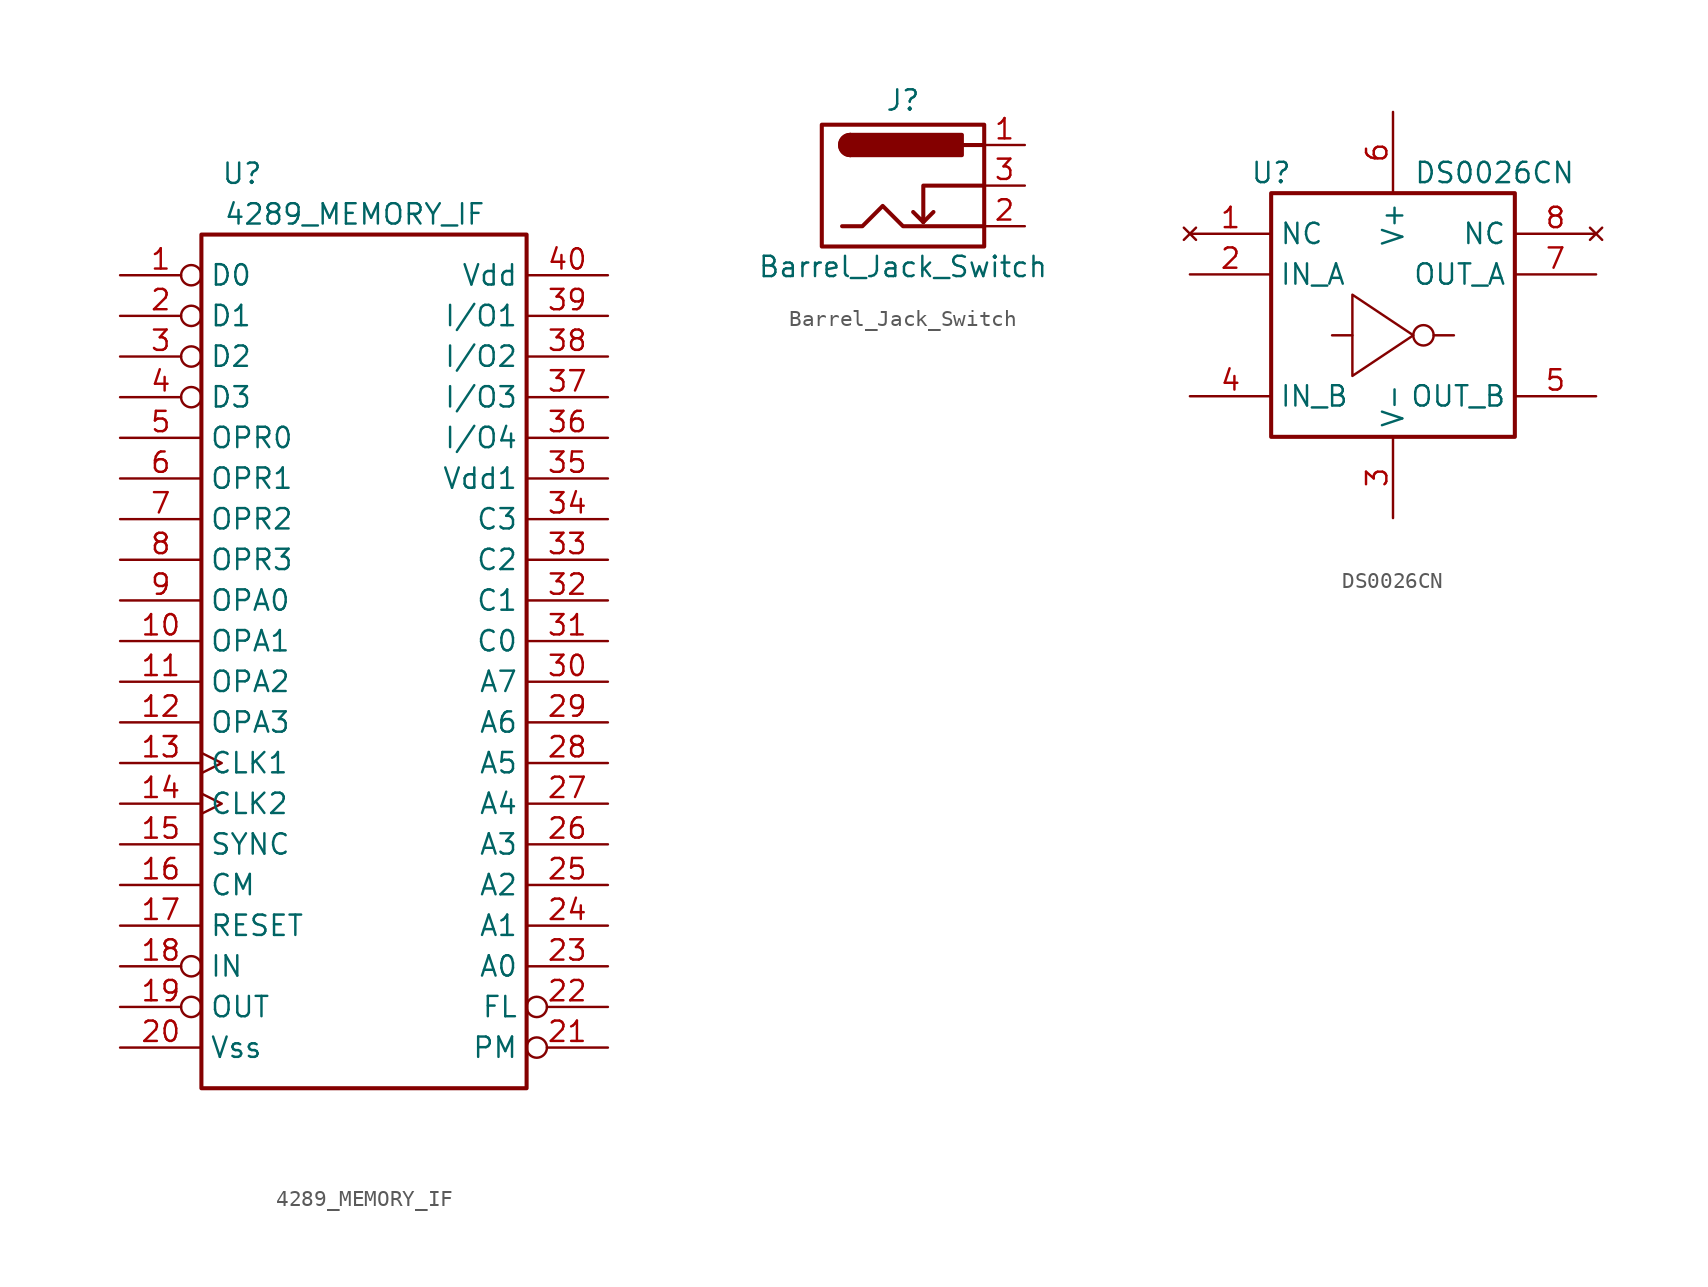
<source format=kicad_sym>
(kicad_symbol_lib
  (version 20220914)
  (generator kicad_symbol_editor)
  (symbol "4289_MEMORY_IF"
    (property "Reference" "U"
      (at -7.62 30.48 0)
      (effects (font (size 1.27 1.27))))
    (property "Value" "4289_MEMORY_IF"
      (at 7.62 27.94 0)
      (effects (font (size 1.27 1.27)) (justify right)))
    (symbol "4289_MEMORY_IF_1_1"
      (rectangle (start -10.16 26.67) (end 10.16 -26.67) (stroke (width 0.254) (type default)) (fill (type none)))
      (pin bidirectional inverted (at -15.24 24.13 0) (length 5.08) (name "D0" (effects (font (size 1.27 1.27)))) (number "1" (effects (font (size 1.27 1.27)))))
      (pin input line (at -15.24 1.27 0) (length 5.08) (name "OPA1" (effects (font (size 1.27 1.27)))) (number "10" (effects (font (size 1.27 1.27)))))
      (pin input line (at -15.24 -1.27 0) (length 5.08) (name "OPA2" (effects (font (size 1.27 1.27)))) (number "11" (effects (font (size 1.27 1.27)))))
      (pin input line (at -15.24 -3.81 0) (length 5.08) (name "OPA3" (effects (font (size 1.27 1.27)))) (number "12" (effects (font (size 1.27 1.27)))))
      (pin input clock (at -15.24 -6.35 0) (length 5.08) (name "CLK1" (effects (font (size 1.27 1.27)))) (number "13" (effects (font (size 1.27 1.27)))))
      (pin input clock (at -15.24 -8.89 0) (length 5.08) (name "CLK2" (effects (font (size 1.27 1.27)))) (number "14" (effects (font (size 1.27 1.27)))))
      (pin input line (at -15.24 -11.43 0) (length 5.08) (name "SYNC" (effects (font (size 1.27 1.27)))) (number "15" (effects (font (size 1.27 1.27)))))
      (pin input line (at -15.24 -13.97 0) (length 5.08) (name "CM" (effects (font (size 1.27 1.27)))) (number "16" (effects (font (size 1.27 1.27)))))
      (pin input line (at -15.24 -16.51 0) (length 5.08) (name "RESET" (effects (font (size 1.27 1.27)))) (number "17" (effects (font (size 1.27 1.27)))))
      (pin output inverted (at -15.24 -19.05 0) (length 5.08) (name "IN" (effects (font (size 1.27 1.27)))) (number "18" (effects (font (size 1.27 1.27)))))
      (pin output inverted (at -15.24 -21.59 0) (length 5.08) (name "OUT" (effects (font (size 1.27 1.27)))) (number "19" (effects (font (size 1.27 1.27)))))
      (pin bidirectional inverted (at -15.24 21.59 0) (length 5.08) (name "D1" (effects (font (size 1.27 1.27)))) (number "2" (effects (font (size 1.27 1.27)))))
      (pin power_in line (at -15.24 -24.13 0) (length 5.08) (name "Vss" (effects (font (size 1.27 1.27)))) (number "20" (effects (font (size 1.27 1.27)))))
      (pin output inverted (at 15.24 -24.13 180) (length 5.08) (name "PM" (effects (font (size 1.27 1.27)))) (number "21" (effects (font (size 1.27 1.27)))))
      (pin output inverted (at 15.24 -21.59 180) (length 5.08) (name "FL" (effects (font (size 1.27 1.27)))) (number "22" (effects (font (size 1.27 1.27)))))
      (pin output line (at 15.24 -19.05 180) (length 5.08) (name "A0" (effects (font (size 1.27 1.27)))) (number "23" (effects (font (size 1.27 1.27)))))
      (pin output line (at 15.24 -16.51 180) (length 5.08) (name "A1" (effects (font (size 1.27 1.27)))) (number "24" (effects (font (size 1.27 1.27)))))
      (pin output line (at 15.24 -13.97 180) (length 5.08) (name "A2" (effects (font (size 1.27 1.27)))) (number "25" (effects (font (size 1.27 1.27)))))
      (pin output line (at 15.24 -11.43 180) (length 5.08) (name "A3" (effects (font (size 1.27 1.27)))) (number "26" (effects (font (size 1.27 1.27)))))
      (pin output line (at 15.24 -8.89 180) (length 5.08) (name "A4" (effects (font (size 1.27 1.27)))) (number "27" (effects (font (size 1.27 1.27)))))
      (pin output line (at 15.24 -6.35 180) (length 5.08) (name "A5" (effects (font (size 1.27 1.27)))) (number "28" (effects (font (size 1.27 1.27)))))
      (pin output line (at 15.24 -3.81 180) (length 5.08) (name "A6" (effects (font (size 1.27 1.27)))) (number "29" (effects (font (size 1.27 1.27)))))
      (pin bidirectional inverted (at -15.24 19.05 0) (length 5.08) (name "D2" (effects (font (size 1.27 1.27)))) (number "3" (effects (font (size 1.27 1.27)))))
      (pin output line (at 15.24 -1.27 180) (length 5.08) (name "A7" (effects (font (size 1.27 1.27)))) (number "30" (effects (font (size 1.27 1.27)))))
      (pin output line (at 15.24 1.27 180) (length 5.08) (name "C0" (effects (font (size 1.27 1.27)))) (number "31" (effects (font (size 1.27 1.27)))))
      (pin output line (at 15.24 3.81 180) (length 5.08) (name "C1" (effects (font (size 1.27 1.27)))) (number "32" (effects (font (size 1.27 1.27)))))
      (pin output line (at 15.24 6.35 180) (length 5.08) (name "C2" (effects (font (size 1.27 1.27)))) (number "33" (effects (font (size 1.27 1.27)))))
      (pin output line (at 15.24 8.89 180) (length 5.08) (name "C3" (effects (font (size 1.27 1.27)))) (number "34" (effects (font (size 1.27 1.27)))))
      (pin power_in line (at 15.24 11.43 180) (length 5.08) (name "Vdd1" (effects (font (size 1.27 1.27)))) (number "35" (effects (font (size 1.27 1.27)))))
      (pin bidirectional line (at 15.24 13.97 180) (length 5.08) (name "I/O4" (effects (font (size 1.27 1.27)))) (number "36" (effects (font (size 1.27 1.27)))))
      (pin bidirectional line (at 15.24 16.51 180) (length 5.08) (name "I/O3" (effects (font (size 1.27 1.27)))) (number "37" (effects (font (size 1.27 1.27)))))
      (pin bidirectional line (at 15.24 19.05 180) (length 5.08) (name "I/O2" (effects (font (size 1.27 1.27)))) (number "38" (effects (font (size 1.27 1.27)))))
      (pin bidirectional line (at 15.24 21.59 180) (length 5.08) (name "I/O1" (effects (font (size 1.27 1.27)))) (number "39" (effects (font (size 1.27 1.27)))))
      (pin bidirectional inverted (at -15.24 16.51 0) (length 5.08) (name "D3" (effects (font (size 1.27 1.27)))) (number "4" (effects (font (size 1.27 1.27)))))
      (pin power_in line (at 15.24 24.13 180) (length 5.08) (name "Vdd" (effects (font (size 1.27 1.27)))) (number "40" (effects (font (size 1.27 1.27)))))
      (pin input line (at -15.24 13.97 0) (length 5.08) (name "OPR0" (effects (font (size 1.27 1.27)))) (number "5" (effects (font (size 1.27 1.27)))))
      (pin input line (at -15.24 11.43 0) (length 5.08) (name "OPR1" (effects (font (size 1.27 1.27)))) (number "6" (effects (font (size 1.27 1.27)))))
      (pin input line (at -15.24 8.89 0) (length 5.08) (name "OPR2" (effects (font (size 1.27 1.27)))) (number "7" (effects (font (size 1.27 1.27)))))
      (pin input line (at -15.24 6.35 0) (length 5.08) (name "OPR3" (effects (font (size 1.27 1.27)))) (number "8" (effects (font (size 1.27 1.27)))))
      (pin input line (at -15.24 3.81 0) (length 5.08) (name "OPA0" (effects (font (size 1.27 1.27)))) (number "9" (effects (font (size 1.27 1.27)))))))
  (symbol "Barrel_Jack_Switch"
    (pin_names hide)
    (property "Reference" "J"
      (at 0 5.334 0)
      (effects (font (size 1.27 1.27))))
    (property "Value" "Barrel_Jack_Switch"
      (at 0 -5.08 0)
      (effects (font (size 1.27 1.27))))
    (symbol "Barrel_Jack_Switch_0_1"
      (arc (start -3.302 3.175) (mid -3.9343 2.54) (end -3.302 1.905) (stroke (width 0.254) (type default)) (fill (type none)))
      (arc (start -3.302 3.175) (mid -3.9343 2.54) (end -3.302 1.905) (stroke (width 0.254) (type default)) (fill (type outline)))
      (polyline (pts (xy 1.27 -2.286) (xy 1.905 -1.651)) (stroke (width 0.254) (type default)) (fill (type none)))
      (polyline (pts (xy 5.08 2.54) (xy 3.81 2.54)) (stroke (width 0.254) (type default)) (fill (type none)))
      (polyline (pts (xy 5.08 0) (xy 1.27 0) (xy 1.27 -2.286) (xy 0.635 -1.651)) (stroke (width 0.254) (type default)) (fill (type none)))
      (polyline (pts (xy -3.81 -2.54) (xy -2.54 -2.54) (xy -1.27 -1.27) (xy 0 -2.54) (xy 2.54 -2.54) (xy 5.08 -2.54)) (stroke (width 0.254) (type default)) (fill (type none)))
      (rectangle (start 3.683 3.175) (end -3.302 1.905) (stroke (width 0.254) (type default)) (fill (type outline))))
    (symbol "Barrel_Jack_Switch_1_1"
      (rectangle (start -5.08 3.81) (end 5.08 -3.81) (stroke (width 0.254) (type default)) (fill (type none)))
      (pin passive line (at 7.62 2.54 180) (length 2.54) (name "~" (effects (font (size 1.27 1.27)))) (number "1" (effects (font (size 1.27 1.27)))))
      (pin passive line (at 7.62 -2.54 180) (length 2.54) (name "~" (effects (font (size 1.27 1.27)))) (number "2" (effects (font (size 1.27 1.27)))))
      (pin passive line (at 7.62 0 180) (length 2.54) (name "~" (effects (font (size 1.27 1.27)))) (number "3" (effects (font (size 1.27 1.27)))))))
  (symbol "DS0026CN"
    (property "Reference" "U"
      (at -7.62 -11.43 0)
      (effects (font (size 1.27 1.27))))
    (property "Value" "DS0026CN"
      (at 6.35 -11.43 0)
      (effects (font (size 1.27 1.27))))
    (symbol "DS0026CN_0_1"
      (circle (center 1.905 -21.59) (radius 0.637) (stroke (width 0) (type default)) (fill (type none))))
    (symbol "DS0026CN_1_0"
      (pin no_connect line (at -12.7 -15.24 0) (length 5.08) (name "NC" (effects (font (size 1.27 1.27)))) (number "1" (effects (font (size 1.27 1.27)))))
      (pin input line (at -12.7 -17.78 0) (length 5.08) (name "IN_A" (effects (font (size 1.27 1.27)))) (number "2" (effects (font (size 1.27 1.27)))))
      (pin power_in line (at 0 -33.02 90) (length 5.08) (name "V-" (effects (font (size 1.27 1.27)))) (number "3" (effects (font (size 1.27 1.27)))))
      (pin input line (at -12.7 -25.4 0) (length 5.08) (name "IN_B" (effects (font (size 1.27 1.27)))) (number "4" (effects (font (size 1.27 1.27)))))
      (pin output line (at 12.7 -25.4 180) (length 5.08) (name "OUT_B" (effects (font (size 1.27 1.27)))) (number "5" (effects (font (size 1.27 1.27)))))
      (pin power_in line (at 0 -7.62 270) (length 5.08) (name "V+" (effects (font (size 1.27 1.27)))) (number "6" (effects (font (size 1.27 1.27)))))
      (pin output line (at 12.7 -17.78 180) (length 5.08) (name "OUT_A" (effects (font (size 1.27 1.27)))) (number "7" (effects (font (size 1.27 1.27)))))
      (pin no_connect line (at 12.7 -15.24 180) (length 5.08) (name "NC" (effects (font (size 1.27 1.27)))) (number "8" (effects (font (size 1.27 1.27))))))
    (symbol "DS0026CN_1_1"
      (rectangle (start -7.62 -12.7) (end 7.62 -27.94) (stroke (width 0.254) (type default)) (fill (type none)))
      (polyline (pts (xy -2.54 -21.59) (xy -3.81 -21.59)) (stroke (width 0) (type default)) (fill (type none)))
      (polyline (pts (xy 2.54 -21.59) (xy 3.81 -21.59)) (stroke (width 0) (type default)) (fill (type none)))
      (polyline (pts (xy 1.27 -21.59) (xy -2.54 -19.05) (xy -2.54 -24.13) (xy 1.27 -21.59)) (stroke (width 0) (type default)) (fill (type none))))))
</source>
